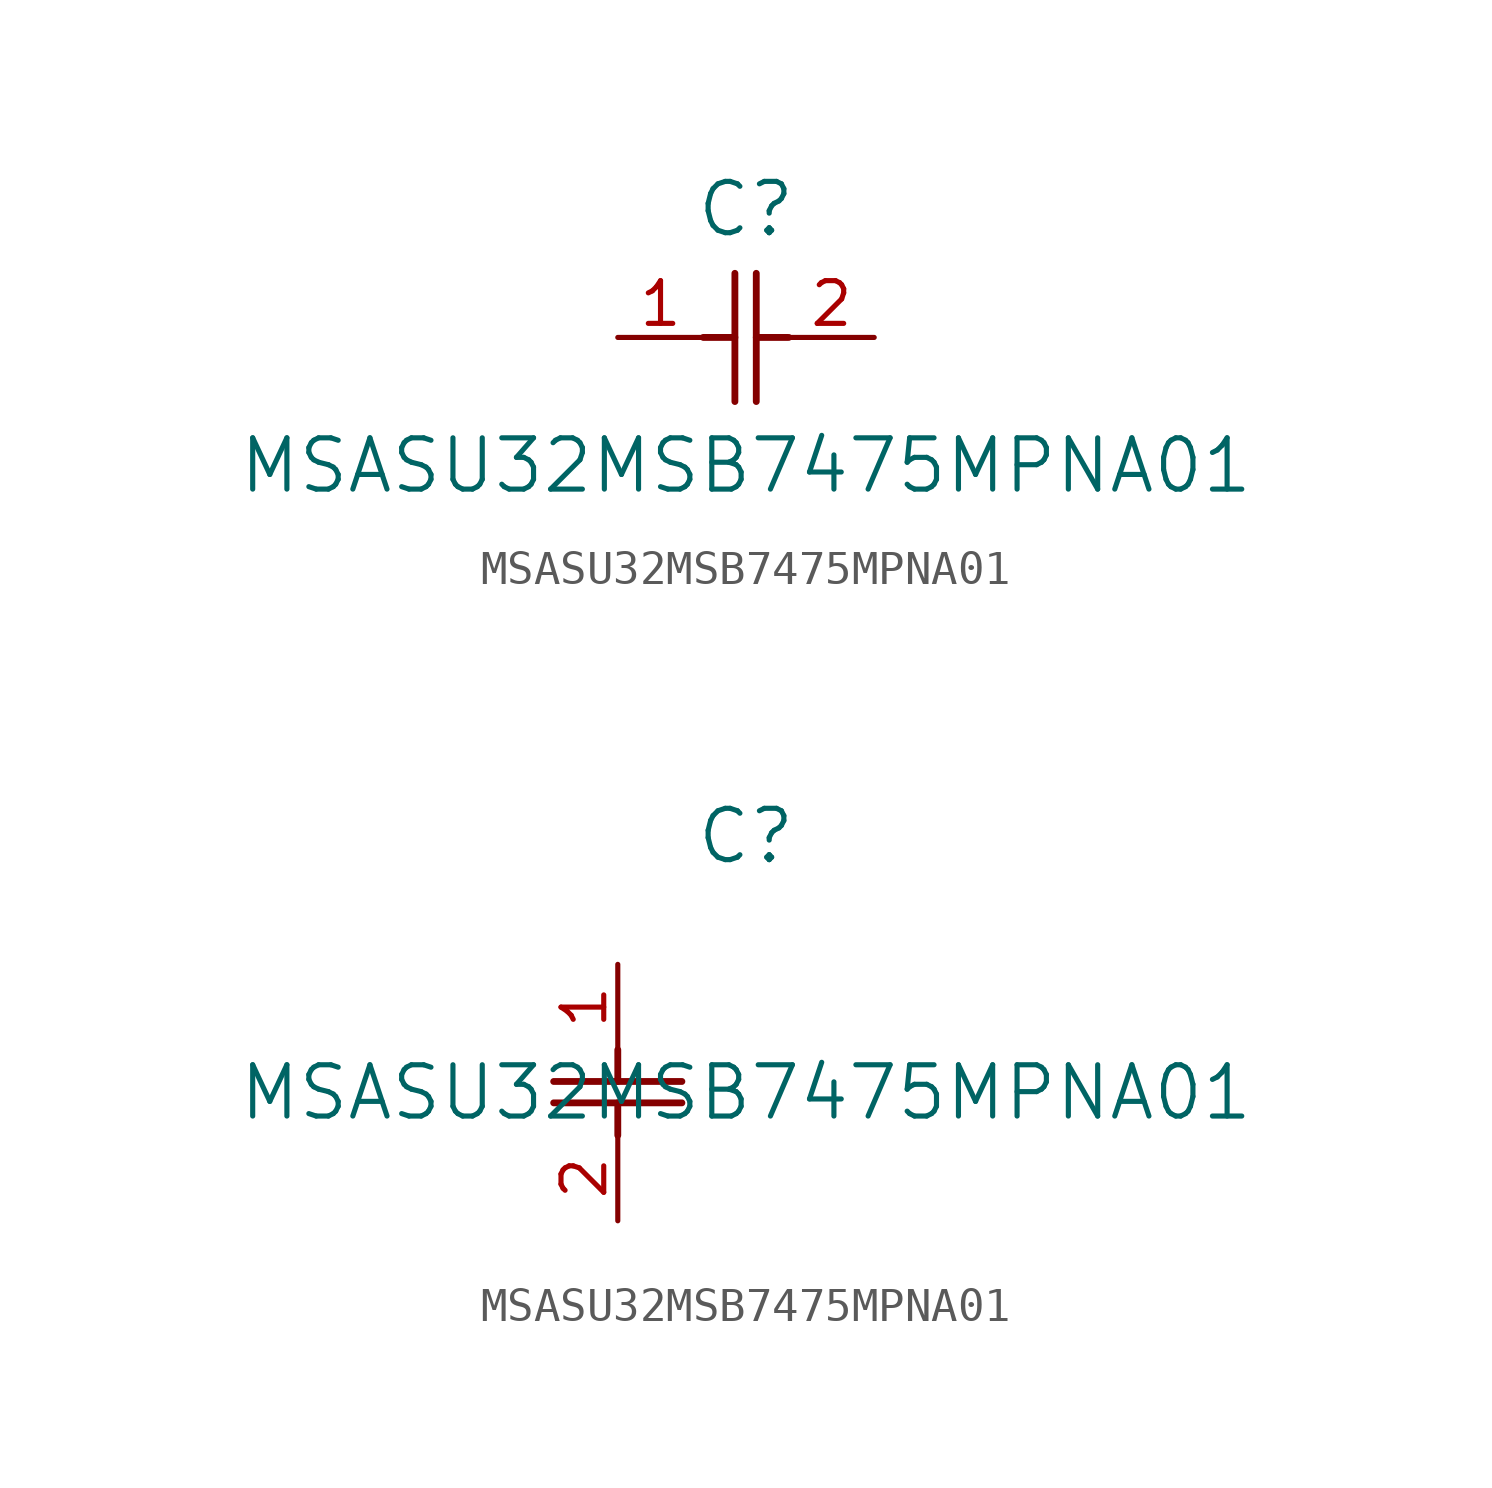
<source format=kicad_sym>
(kicad_symbol_lib
  (version 20211014)
  (generator kicad_symbol_editor)
  (symbol "MSASU32MSB7475MPNA01"
    (pin_names
      (offset 0.254))
    (property "Reference" "C"
      (at 3.81 3.81 0)
      (effects (font (size 1.524 1.524))))
    (property "Value" "MSASU32MSB7475MPNA01"
      (at 3.81 -3.81 0)
      (effects (font (size 1.524 1.524))))
    (symbol "MSASU32MSB7475MPNA01_1_1"
      (polyline (pts (xy 3.48 -1.905) (xy 3.48 1.905)) (stroke (width 0.203) (type default) (color 0 0 0 0)) (fill (type none)))
      (polyline (pts (xy 4.115 -1.905) (xy 4.115 1.905)) (stroke (width 0.203) (type default) (color 0 0 0 0)) (fill (type none)))
      (polyline (pts (xy 4.115 0) (xy 5.08 0)) (stroke (width 0.203) (type default) (color 0 0 0 0)) (fill (type none)))
      (polyline (pts (xy 2.54 0) (xy 3.48 0)) (stroke (width 0.203) (type default) (color 0 0 0 0)) (fill (type none)))
      (pin unspecified line (at 0 0 0) (length 2.54) (name "" (effects (font (size 1.27 1.27)))) (number "1" (effects (font (size 1.27 1.27)))))
      (pin unspecified line (at 7.62 0 180) (length 2.54) (name "" (effects (font (size 1.27 1.27)))) (number "2" (effects (font (size 1.27 1.27))))))
    (symbol "MSASU32MSB7475MPNA01_1_2"
      (polyline (pts (xy -1.905 -3.48) (xy 1.905 -3.48)) (stroke (width 0.203) (type default) (color 0 0 0 0)) (fill (type none)))
      (polyline (pts (xy -1.905 -4.115) (xy 1.905 -4.115)) (stroke (width 0.203) (type default) (color 0 0 0 0)) (fill (type none)))
      (polyline (pts (xy 0 -4.115) (xy 0 -5.08)) (stroke (width 0.203) (type default) (color 0 0 0 0)) (fill (type none)))
      (polyline (pts (xy 0 -2.54) (xy 0 -3.48)) (stroke (width 0.203) (type default) (color 0 0 0 0)) (fill (type none)))
      (pin unspecified line (at 0 0 270) (length 2.54) (name "" (effects (font (size 1.27 1.27)))) (number "1" (effects (font (size 1.27 1.27)))))
      (pin unspecified line (at 0 -7.62 90) (length 2.54) (name "" (effects (font (size 1.27 1.27)))) (number "2" (effects (font (size 1.27 1.27))))))))
</source>
